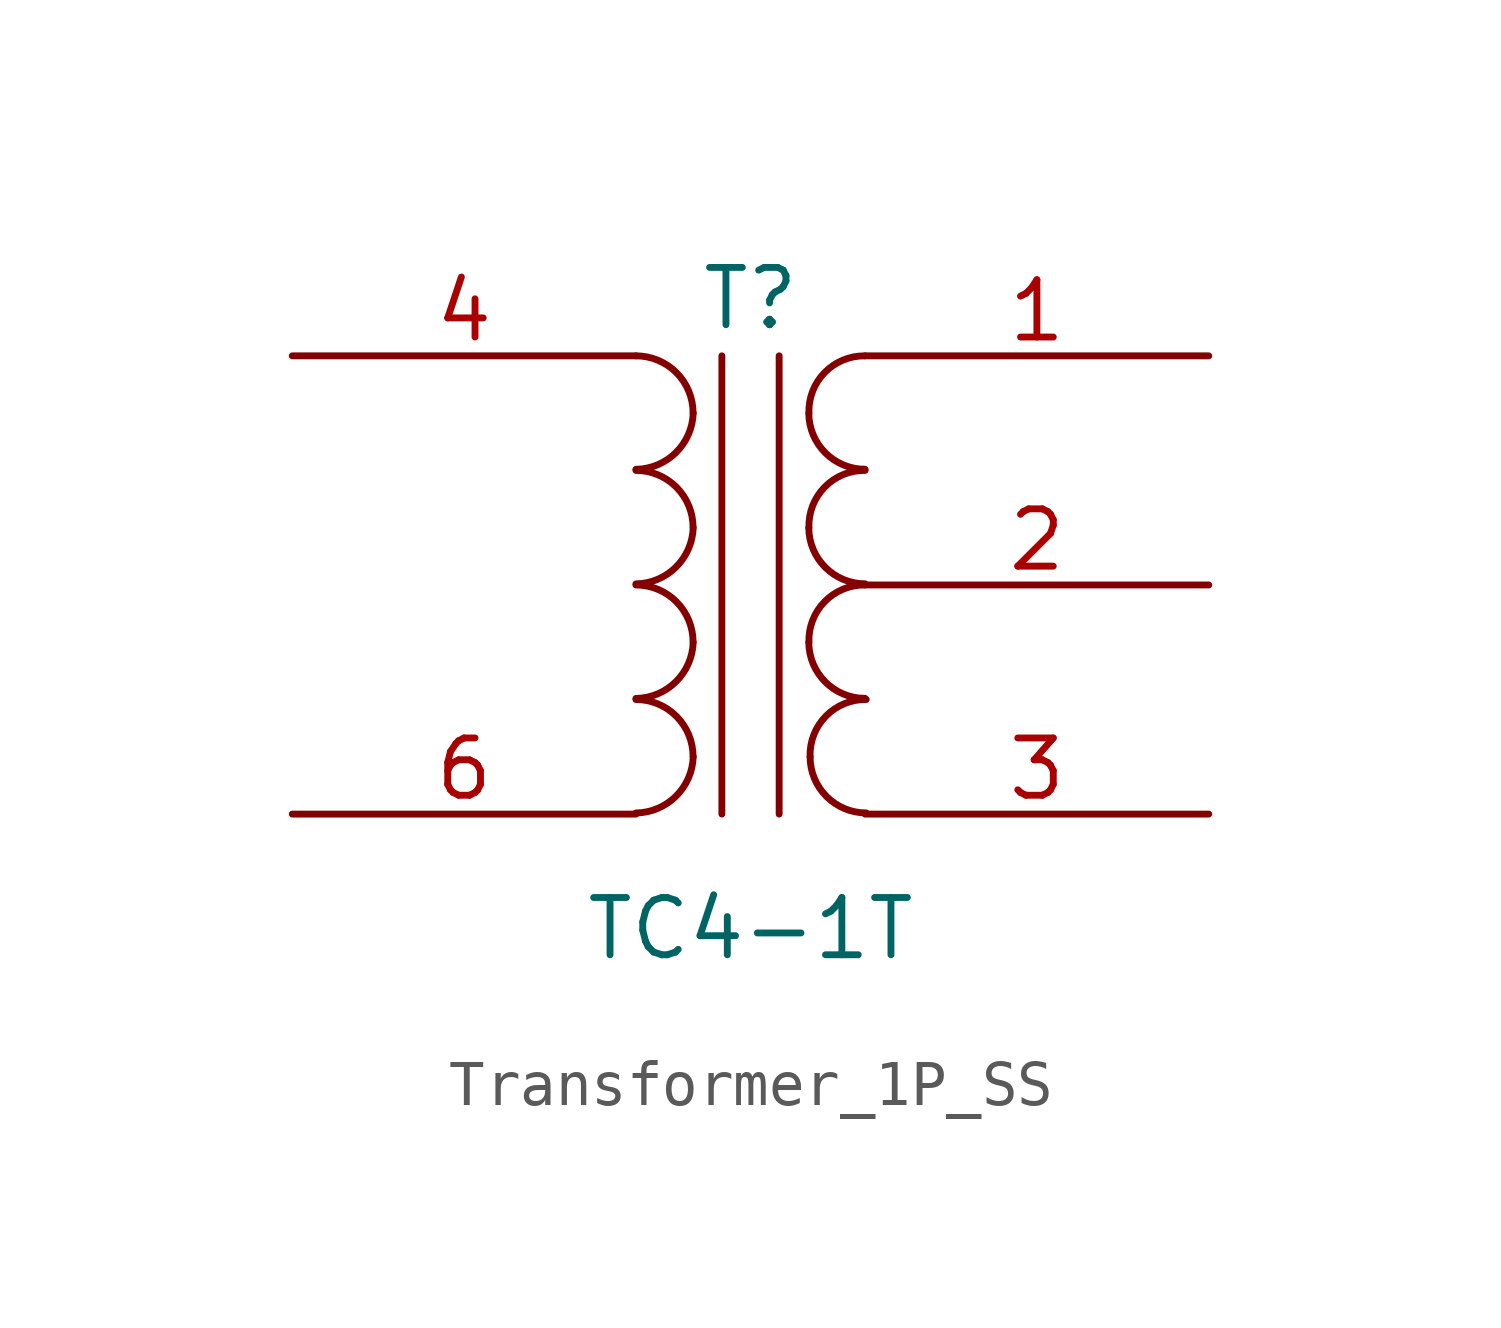
<source format=kicad_sym>
(kicad_symbol_lib
  (version 20231120)
  (generator "kicad_symbol_editor")
  (generator_version "8.0")
  (symbol "Transformer_1P_SS"
    (pin_names
      (offset 1.016) hide)
    (property "Reference" "T"
      (at 0 6.35 0)
      (effects (font (size 1.27 1.27))))
    (property "Value" "TC4-1T"
      (at 0 -7.62 0)
      (effects (font (size 1.27 1.27))))
    (symbol "Transformer_1P_SS_0_1"
      (arc (start -2.54 -5.0546) (mid -1.6599 -4.6901) (end -1.27 -3.81) (stroke (width 0) (type default)) (fill (type none)))
      (arc (start -2.54 -2.5146) (mid -1.6599 -2.1501) (end -1.27 -1.27) (stroke (width 0) (type default)) (fill (type none)))
      (arc (start -2.54 0.0254) (mid -1.6599 0.3899) (end -1.27 1.27) (stroke (width 0) (type default)) (fill (type none)))
      (arc (start -2.54 2.5654) (mid -1.6599 2.9299) (end -1.27 3.81) (stroke (width 0) (type default)) (fill (type none)))
      (arc (start -1.27 -3.81) (mid -1.642 -2.912) (end -2.54 -2.54) (stroke (width 0) (type default)) (fill (type none)))
      (arc (start -1.27 -1.27) (mid -1.642 -0.372) (end -2.54 0) (stroke (width 0) (type default)) (fill (type none)))
      (arc (start -1.27 1.27) (mid -1.642 2.168) (end -2.54 2.54) (stroke (width 0) (type default)) (fill (type none)))
      (arc (start -1.27 3.81) (mid -1.642 4.708) (end -2.54 5.08) (stroke (width 0) (type default)) (fill (type none)))
      (polyline (pts (xy -0.635 5.08) (xy -0.635 -5.08)) (stroke (width 0) (type default)) (fill (type none)))
      (polyline (pts (xy 0.635 -5.08) (xy 0.635 5.08)) (stroke (width 0) (type default)) (fill (type none)))
      (arc (start 1.2954 -1.27) (mid 1.6599 -2.1501) (end 2.54 -2.5146) (stroke (width 0) (type default)) (fill (type none)))
      (arc (start 1.2954 1.27) (mid 1.6599 0.3899) (end 2.54 0.0254) (stroke (width 0) (type default)) (fill (type none)))
      (arc (start 1.2954 3.81) (mid 1.6599 2.9299) (end 2.54 2.5654) (stroke (width 0) (type default)) (fill (type none)))
      (arc (start 1.3208 -3.81) (mid 1.6853 -4.6901) (end 2.5654 -5.0546) (stroke (width 0) (type default)) (fill (type none)))
      (arc (start 2.54 0) (mid 1.642 -0.372) (end 1.2954 -1.27) (stroke (width 0) (type default)) (fill (type none)))
      (arc (start 2.54 2.54) (mid 1.642 2.168) (end 1.2954 1.27) (stroke (width 0) (type default)) (fill (type none)))
      (arc (start 2.54 5.08) (mid 1.642 4.708) (end 1.2954 3.81) (stroke (width 0) (type default)) (fill (type none)))
      (arc (start 2.5654 -2.54) (mid 1.6674 -2.912) (end 1.3208 -3.81) (stroke (width 0) (type default)) (fill (type none))))
    (symbol "Transformer_1P_SS_1_1"
      (pin passive line (at 10.16 5.08 180) (length 7.62) (name "SB" (effects (font (size 1.27 1.27)))) (number "1" (effects (font (size 1.27 1.27)))))
      (pin passive line (at 10.16 0 180) (length 7.62) (name "SC" (effects (font (size 1.27 1.27)))) (number "2" (effects (font (size 1.27 1.27)))))
      (pin passive line (at 10.16 -5.08 180) (length 7.62) (name "SA" (effects (font (size 1.27 1.27)))) (number "3" (effects (font (size 1.27 1.27)))))
      (pin passive line (at -10.16 5.08 0) (length 7.62) (name "AA" (effects (font (size 1.27 1.27)))) (number "4" (effects (font (size 1.27 1.27)))))
      (pin passive line (at -10.16 -5.08 0) (length 7.62) (name "AB" (effects (font (size 1.27 1.27)))) (number "6" (effects (font (size 1.27 1.27))))))))
</source>
